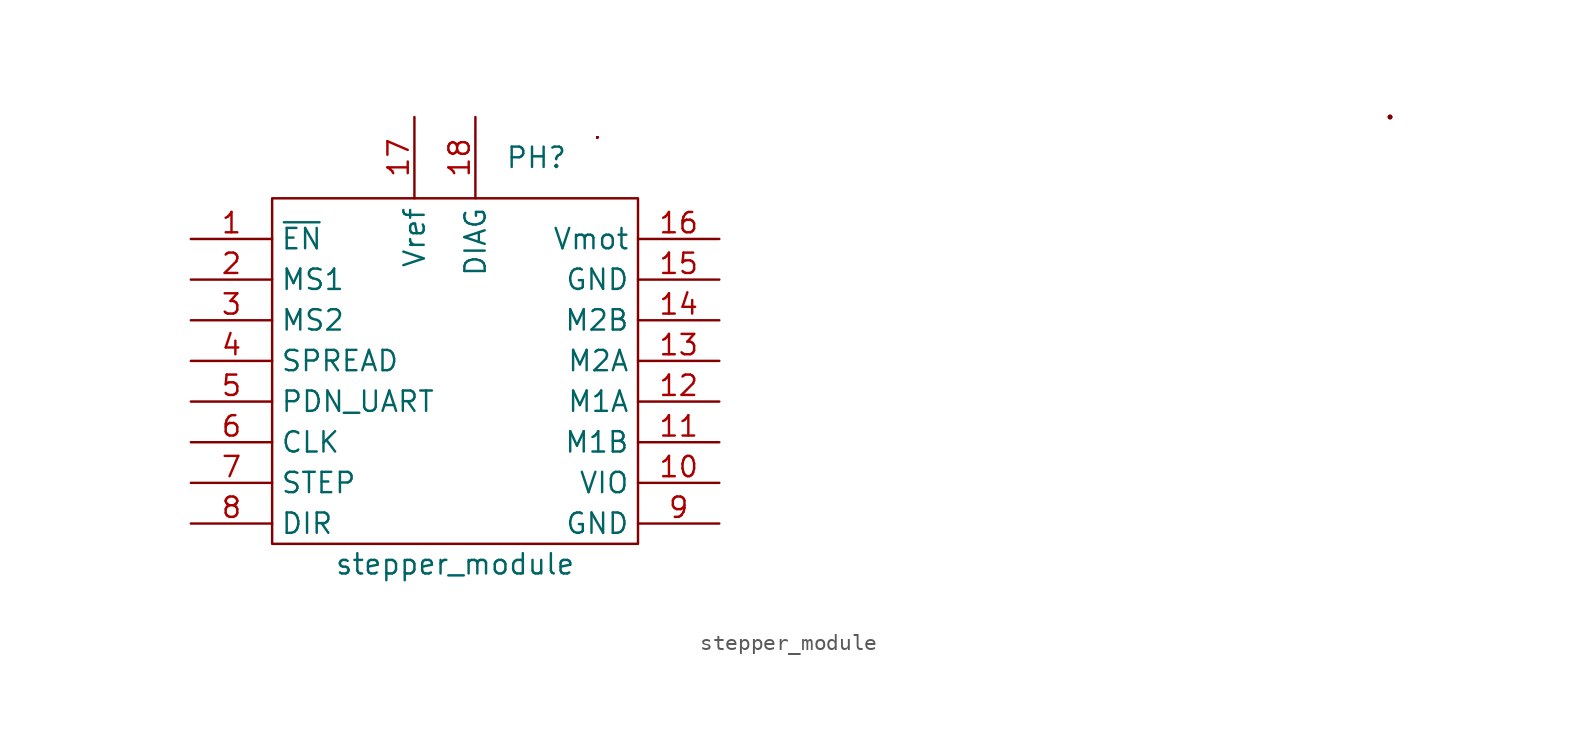
<source format=kicad_sym>
(kicad_symbol_lib
  (version 20241209)
  (generator "kicad_symbol_editor")
  (generator_version "9.0")
  (symbol "stepper_module"
    (property "Reference" "PH"
      (at 5.08 13.97 0)
      (effects (font (size 1.27 1.27))))
    (property "Value" "stepper_module"
      (at 0 -11.43 0)
      (effects (font (size 1.27 1.27))))
    (symbol "stepper_module_0_1"
      (polyline (pts (xy 8.89 15.24) (xy 8.89 15.24)) (stroke (width 0.152) (type default)) (fill (type none)))
      (rectangle (start 8.89 15.24) (end 8.89 15.24) (stroke (width 0.152) (type default)) (fill (type none)))
      (rectangle (start 8.89 15.24) (end 8.89 15.24) (stroke (width 0.152) (type default)) (fill (type none)))
      (rectangle (start 8.89 15.24) (end 8.89 15.24) (stroke (width 0.152) (type default)) (fill (type none)))
      (rectangle (start 8.89 15.24) (end 8.89 15.24) (stroke (width 0.152) (type default)) (fill (type none)))
      (rectangle (start 8.89 15.24) (end 8.89 15.24) (stroke (width 0.152) (type default)) (fill (type none)))
      (rectangle (start 8.89 15.24) (end 8.89 15.24) (stroke (width 0.152) (type default)) (fill (type none)))
      (rectangle (start 8.89 15.24) (end 8.89 15.24) (stroke (width 0.152) (type default)) (fill (type none)))
      (rectangle (start 8.89 15.24) (end 8.89 15.24) (stroke (width 0.152) (type default)) (fill (type none)))
      (rectangle (start 8.89 15.24) (end 8.89 15.24) (stroke (width 0.152) (type default)) (fill (type none)))
      (rectangle (start 11.43 -10.16) (end -11.43 11.43) (stroke (width 0.152) (type default)) (fill (type none)))
      (arc (start 58.42 16.51) (mid 58.42 16.51) (end 58.42 16.51) (stroke (width 0.1524) (type default)) (fill (type none)))
      (circle (center 58.42 16.51) (radius 0.0001) (stroke (width 0.152) (type default)) (fill (type none)))
      (circle (center 58.42 16.51) (radius 0.0001) (stroke (width 0.152) (type default)) (fill (type none))))
    (symbol "stepper_module_1_1"
      (pin passive line (at -16.51 8.89 0) (length 5.08) (name "~{EN}" (effects (font (size 1.27 1.27)))) (number "1" (effects (font (size 1.27 1.27)))))
      (pin passive line (at -16.51 6.35 0) (length 5.08) (name "MS1" (effects (font (size 1.27 1.27)))) (number "2" (effects (font (size 1.27 1.27)))))
      (pin passive line (at -16.51 3.81 0) (length 5.08) (name "MS2" (effects (font (size 1.27 1.27)))) (number "3" (effects (font (size 1.27 1.27)))))
      (pin passive line (at -16.51 1.27 0) (length 5.08) (name "SPREAD" (effects (font (size 1.27 1.27)))) (number "4" (effects (font (size 1.27 1.27)))))
      (pin passive line (at -16.51 -1.27 0) (length 5.08) (name "PDN_UART" (effects (font (size 1.27 1.27)))) (number "5" (effects (font (size 1.27 1.27)))))
      (pin passive line (at -16.51 -3.81 0) (length 5.08) (name "CLK" (effects (font (size 1.27 1.27)))) (number "6" (effects (font (size 1.27 1.27)))))
      (pin passive line (at -16.51 -6.35 0) (length 5.08) (name "STEP" (effects (font (size 1.27 1.27)))) (number "7" (effects (font (size 1.27 1.27)))))
      (pin passive line (at -16.51 -8.89 0) (length 5.08) (name "DIR" (effects (font (size 1.27 1.27)))) (number "8" (effects (font (size 1.27 1.27)))))
      (pin passive line (at -2.54 16.51 270) (length 5.08) (name "Vref" (effects (font (size 1.27 1.27)))) (number "17" (effects (font (size 1.27 1.27)))))
      (pin passive line (at 1.27 16.51 270) (length 5.08) (name "DIAG" (effects (font (size 1.27 1.27)))) (number "18" (effects (font (size 1.27 1.27)))))
      (pin passive line (at 16.51 8.89 180) (length 5.08) (name "Vmot" (effects (font (size 1.27 1.27)))) (number "16" (effects (font (size 1.27 1.27)))))
      (pin passive line (at 16.51 6.35 180) (length 5.08) (name "GND" (effects (font (size 1.27 1.27)))) (number "15" (effects (font (size 1.27 1.27)))))
      (pin passive line (at 16.51 3.81 180) (length 5.08) (name "M2B" (effects (font (size 1.27 1.27)))) (number "14" (effects (font (size 1.27 1.27)))))
      (pin passive line (at 16.51 1.27 180) (length 5.08) (name "M2A" (effects (font (size 1.27 1.27)))) (number "13" (effects (font (size 1.27 1.27)))))
      (pin passive line (at 16.51 -1.27 180) (length 5.08) (name "M1A" (effects (font (size 1.27 1.27)))) (number "12" (effects (font (size 1.27 1.27)))))
      (pin passive line (at 16.51 -3.81 180) (length 5.08) (name "M1B" (effects (font (size 1.27 1.27)))) (number "11" (effects (font (size 1.27 1.27)))))
      (pin passive line (at 16.51 -6.35 180) (length 5.08) (name "VIO" (effects (font (size 1.27 1.27)))) (number "10" (effects (font (size 1.27 1.27)))))
      (pin passive line (at 16.51 -8.89 180) (length 5.08) (name "GND" (effects (font (size 1.27 1.27)))) (number "9" (effects (font (size 1.27 1.27))))))))
</source>
